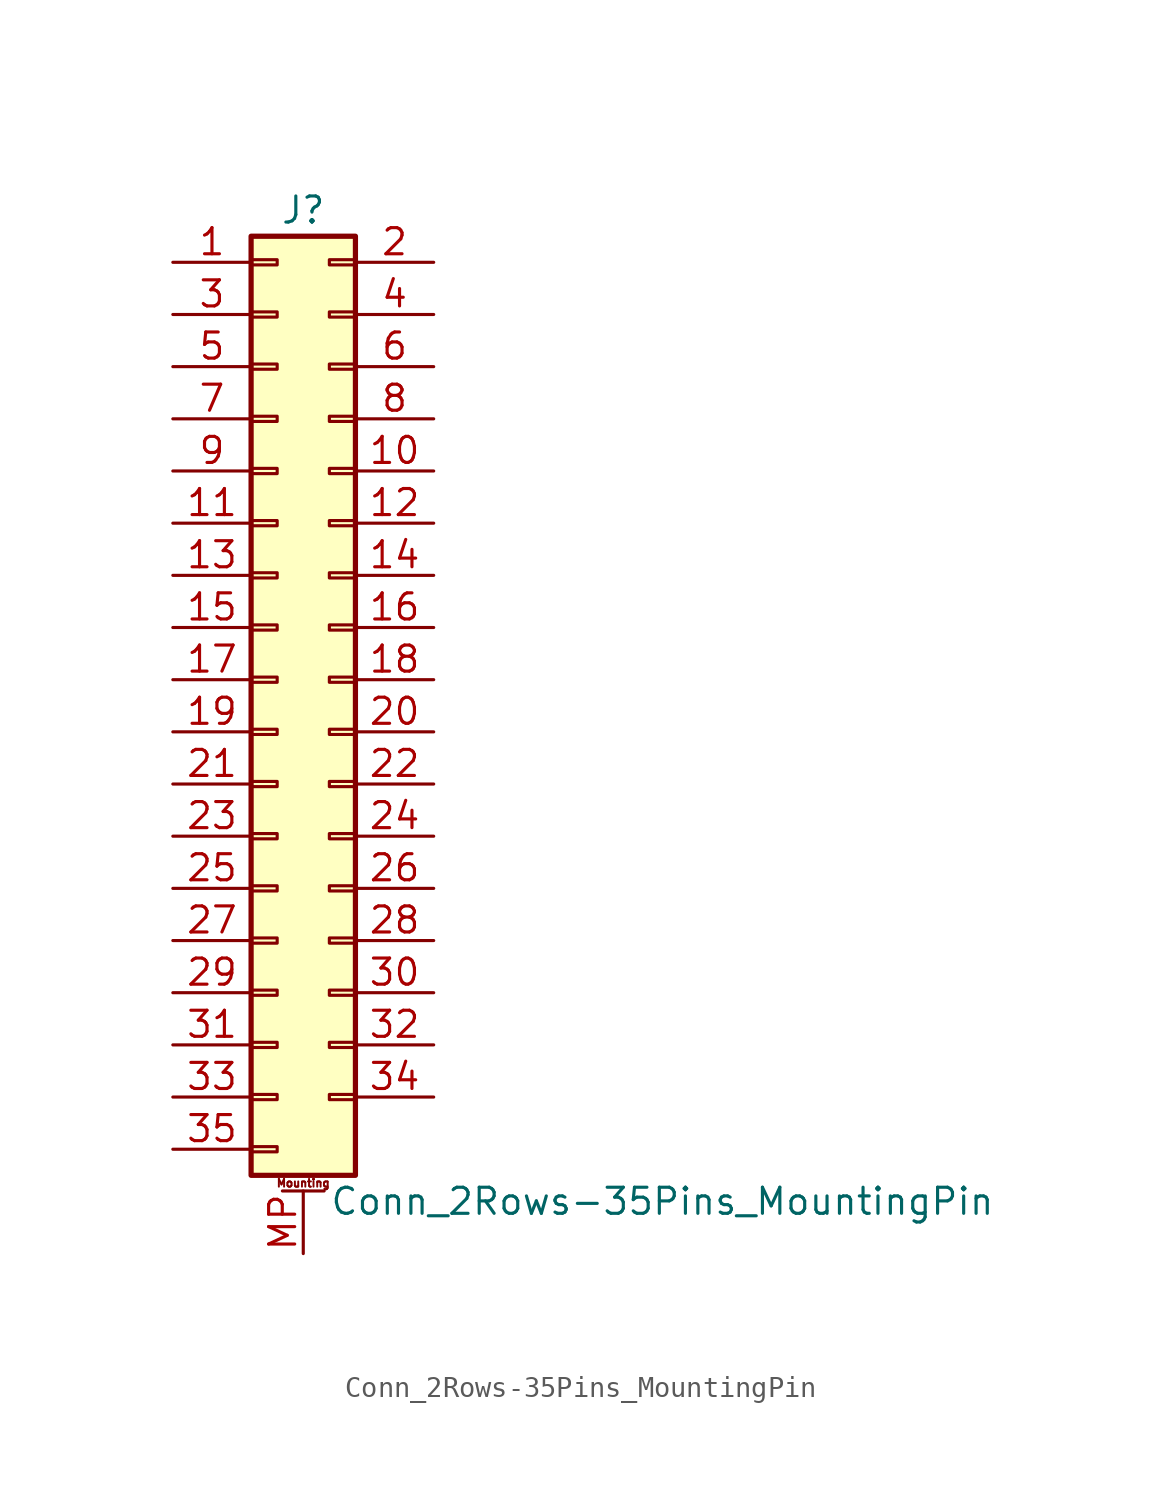
<source format=kicad_sym>
(kicad_symbol_lib
  (version 20201005)
  (generator kicad_symbol_editor)
  (symbol "Conn_2Rows-35Pins_MountingPin"
    (pin_names
      (offset 1.016) hide)
    (property "Reference" "J"
      (at 1.27 22.86 0)
      (effects (font (size 1.27 1.27))))
    (property "Value" "Conn_2Rows-35Pins_MountingPin"
      (at 2.54 -25.4 0)
      (effects (font (size 1.27 1.27)) (justify left)))
    (symbol "Conn_2Rows-35Pins_MountingPin_1_1"
      (text "Mounting" (at 1.27 -24.511 0) (effects (font (size 0.381 0.381))))
      (rectangle (start -1.27 -22.733) (end 0 -22.987) (stroke (width 0.152)) (fill (type none)))
      (rectangle (start -1.27 -20.193) (end 0 -20.447) (stroke (width 0.152)) (fill (type none)))
      (rectangle (start -1.27 -17.653) (end 0 -17.907) (stroke (width 0.152)) (fill (type none)))
      (rectangle (start -1.27 -15.113) (end 0 -15.367) (stroke (width 0.152)) (fill (type none)))
      (rectangle (start -1.27 -12.573) (end 0 -12.827) (stroke (width 0.152)) (fill (type none)))
      (rectangle (start -1.27 -10.033) (end 0 -10.287) (stroke (width 0.152)) (fill (type none)))
      (rectangle (start -1.27 -7.493) (end 0 -7.747) (stroke (width 0.152)) (fill (type none)))
      (rectangle (start -1.27 -4.953) (end 0 -5.207) (stroke (width 0.152)) (fill (type none)))
      (rectangle (start -1.27 -2.413) (end 0 -2.667) (stroke (width 0.152)) (fill (type none)))
      (rectangle (start -1.27 0.127) (end 0 -0.127) (stroke (width 0.152)) (fill (type none)))
      (rectangle (start -1.27 2.667) (end 0 2.413) (stroke (width 0.152)) (fill (type none)))
      (rectangle (start -1.27 5.207) (end 0 4.953) (stroke (width 0.152)) (fill (type none)))
      (rectangle (start -1.27 7.747) (end 0 7.493) (stroke (width 0.152)) (fill (type none)))
      (rectangle (start -1.27 10.287) (end 0 10.033) (stroke (width 0.152)) (fill (type none)))
      (rectangle (start -1.27 12.827) (end 0 12.573) (stroke (width 0.152)) (fill (type none)))
      (rectangle (start -1.27 15.367) (end 0 15.113) (stroke (width 0.152)) (fill (type none)))
      (rectangle (start -1.27 17.907) (end 0 17.653) (stroke (width 0.152)) (fill (type none)))
      (rectangle (start -1.27 20.447) (end 0 20.193) (stroke (width 0.152)) (fill (type none)))
      (rectangle (start 3.81 -20.193) (end 2.54 -20.447) (stroke (width 0.152)) (fill (type none)))
      (rectangle (start 3.81 -17.653) (end 2.54 -17.907) (stroke (width 0.152)) (fill (type none)))
      (rectangle (start 3.81 -15.113) (end 2.54 -15.367) (stroke (width 0.152)) (fill (type none)))
      (rectangle (start 3.81 -12.573) (end 2.54 -12.827) (stroke (width 0.152)) (fill (type none)))
      (rectangle (start 3.81 -10.033) (end 2.54 -10.287) (stroke (width 0.152)) (fill (type none)))
      (rectangle (start 3.81 -7.493) (end 2.54 -7.747) (stroke (width 0.152)) (fill (type none)))
      (rectangle (start 3.81 -4.953) (end 2.54 -5.207) (stroke (width 0.152)) (fill (type none)))
      (rectangle (start 3.81 -2.413) (end 2.54 -2.667) (stroke (width 0.152)) (fill (type none)))
      (rectangle (start 3.81 0.127) (end 2.54 -0.127) (stroke (width 0.152)) (fill (type none)))
      (rectangle (start 3.81 2.667) (end 2.54 2.413) (stroke (width 0.152)) (fill (type none)))
      (rectangle (start 3.81 5.207) (end 2.54 4.953) (stroke (width 0.152)) (fill (type none)))
      (rectangle (start 3.81 7.747) (end 2.54 7.493) (stroke (width 0.152)) (fill (type none)))
      (rectangle (start 3.81 10.287) (end 2.54 10.033) (stroke (width 0.152)) (fill (type none)))
      (rectangle (start 3.81 12.827) (end 2.54 12.573) (stroke (width 0.152)) (fill (type none)))
      (rectangle (start 3.81 15.367) (end 2.54 15.113) (stroke (width 0.152)) (fill (type none)))
      (rectangle (start 3.81 17.907) (end 2.54 17.653) (stroke (width 0.152)) (fill (type none)))
      (rectangle (start 3.81 20.447) (end 2.54 20.193) (stroke (width 0.152)) (fill (type none)))
      (rectangle (start -1.27 21.59) (end 3.81 -24.13) (stroke (width 0.254)) (fill (type background)))
      (polyline (pts (xy 0.254 -24.892) (xy 2.286 -24.892)) (stroke (width 0.152)) (fill (type none)))
      (pin passive line (at -5.08 20.32 0) (length 3.81) (name "Pin_1" (effects (font (size 1.27 1.27)))) (number "1" (effects (font (size 1.27 1.27)))))
      (pin passive line (at 7.62 10.16 180) (length 3.81) (name "Pin_10" (effects (font (size 1.27 1.27)))) (number "10" (effects (font (size 1.27 1.27)))))
      (pin passive line (at -5.08 7.62 0) (length 3.81) (name "Pin_11" (effects (font (size 1.27 1.27)))) (number "11" (effects (font (size 1.27 1.27)))))
      (pin passive line (at 7.62 7.62 180) (length 3.81) (name "Pin_12" (effects (font (size 1.27 1.27)))) (number "12" (effects (font (size 1.27 1.27)))))
      (pin passive line (at -5.08 5.08 0) (length 3.81) (name "Pin_13" (effects (font (size 1.27 1.27)))) (number "13" (effects (font (size 1.27 1.27)))))
      (pin passive line (at 7.62 5.08 180) (length 3.81) (name "Pin_14" (effects (font (size 1.27 1.27)))) (number "14" (effects (font (size 1.27 1.27)))))
      (pin passive line (at -5.08 2.54 0) (length 3.81) (name "Pin_15" (effects (font (size 1.27 1.27)))) (number "15" (effects (font (size 1.27 1.27)))))
      (pin passive line (at 7.62 2.54 180) (length 3.81) (name "Pin_16" (effects (font (size 1.27 1.27)))) (number "16" (effects (font (size 1.27 1.27)))))
      (pin passive line (at -5.08 0 0) (length 3.81) (name "Pin_17" (effects (font (size 1.27 1.27)))) (number "17" (effects (font (size 1.27 1.27)))))
      (pin passive line (at 7.62 0 180) (length 3.81) (name "Pin_18" (effects (font (size 1.27 1.27)))) (number "18" (effects (font (size 1.27 1.27)))))
      (pin passive line (at -5.08 -2.54 0) (length 3.81) (name "Pin_19" (effects (font (size 1.27 1.27)))) (number "19" (effects (font (size 1.27 1.27)))))
      (pin passive line (at 7.62 20.32 180) (length 3.81) (name "Pin_2" (effects (font (size 1.27 1.27)))) (number "2" (effects (font (size 1.27 1.27)))))
      (pin passive line (at 7.62 -2.54 180) (length 3.81) (name "Pin_20" (effects (font (size 1.27 1.27)))) (number "20" (effects (font (size 1.27 1.27)))))
      (pin passive line (at -5.08 -5.08 0) (length 3.81) (name "Pin_21" (effects (font (size 1.27 1.27)))) (number "21" (effects (font (size 1.27 1.27)))))
      (pin passive line (at 7.62 -5.08 180) (length 3.81) (name "Pin_22" (effects (font (size 1.27 1.27)))) (number "22" (effects (font (size 1.27 1.27)))))
      (pin passive line (at -5.08 -7.62 0) (length 3.81) (name "Pin_23" (effects (font (size 1.27 1.27)))) (number "23" (effects (font (size 1.27 1.27)))))
      (pin passive line (at 7.62 -7.62 180) (length 3.81) (name "Pin_24" (effects (font (size 1.27 1.27)))) (number "24" (effects (font (size 1.27 1.27)))))
      (pin passive line (at -5.08 -10.16 0) (length 3.81) (name "Pin_25" (effects (font (size 1.27 1.27)))) (number "25" (effects (font (size 1.27 1.27)))))
      (pin passive line (at 7.62 -10.16 180) (length 3.81) (name "Pin_26" (effects (font (size 1.27 1.27)))) (number "26" (effects (font (size 1.27 1.27)))))
      (pin passive line (at -5.08 -12.7 0) (length 3.81) (name "Pin_27" (effects (font (size 1.27 1.27)))) (number "27" (effects (font (size 1.27 1.27)))))
      (pin passive line (at 7.62 -12.7 180) (length 3.81) (name "Pin_28" (effects (font (size 1.27 1.27)))) (number "28" (effects (font (size 1.27 1.27)))))
      (pin passive line (at -5.08 -15.24 0) (length 3.81) (name "Pin_29" (effects (font (size 1.27 1.27)))) (number "29" (effects (font (size 1.27 1.27)))))
      (pin passive line (at -5.08 17.78 0) (length 3.81) (name "Pin_3" (effects (font (size 1.27 1.27)))) (number "3" (effects (font (size 1.27 1.27)))))
      (pin passive line (at 7.62 -15.24 180) (length 3.81) (name "Pin_30" (effects (font (size 1.27 1.27)))) (number "30" (effects (font (size 1.27 1.27)))))
      (pin passive line (at -5.08 -17.78 0) (length 3.81) (name "Pin_31" (effects (font (size 1.27 1.27)))) (number "31" (effects (font (size 1.27 1.27)))))
      (pin passive line (at 7.62 -17.78 180) (length 3.81) (name "Pin_32" (effects (font (size 1.27 1.27)))) (number "32" (effects (font (size 1.27 1.27)))))
      (pin passive line (at -5.08 -20.32 0) (length 3.81) (name "Pin_33" (effects (font (size 1.27 1.27)))) (number "33" (effects (font (size 1.27 1.27)))))
      (pin passive line (at 7.62 -20.32 180) (length 3.81) (name "Pin_34" (effects (font (size 1.27 1.27)))) (number "34" (effects (font (size 1.27 1.27)))))
      (pin passive line (at -5.08 -22.86 0) (length 3.81) (name "Pin_35" (effects (font (size 1.27 1.27)))) (number "35" (effects (font (size 1.27 1.27)))))
      (pin passive line (at 7.62 17.78 180) (length 3.81) (name "Pin_4" (effects (font (size 1.27 1.27)))) (number "4" (effects (font (size 1.27 1.27)))))
      (pin passive line (at -5.08 15.24 0) (length 3.81) (name "Pin_5" (effects (font (size 1.27 1.27)))) (number "5" (effects (font (size 1.27 1.27)))))
      (pin passive line (at 7.62 15.24 180) (length 3.81) (name "Pin_6" (effects (font (size 1.27 1.27)))) (number "6" (effects (font (size 1.27 1.27)))))
      (pin passive line (at -5.08 12.7 0) (length 3.81) (name "Pin_7" (effects (font (size 1.27 1.27)))) (number "7" (effects (font (size 1.27 1.27)))))
      (pin passive line (at 7.62 12.7 180) (length 3.81) (name "Pin_8" (effects (font (size 1.27 1.27)))) (number "8" (effects (font (size 1.27 1.27)))))
      (pin passive line (at -5.08 10.16 0) (length 3.81) (name "Pin_9" (effects (font (size 1.27 1.27)))) (number "9" (effects (font (size 1.27 1.27)))))
      (pin passive line (at 1.27 -27.94 90) (length 3.048) (name "MountPin" (effects (font (size 1.27 1.27)))) (number "MP" (effects (font (size 1.27 1.27))))))))
</source>
